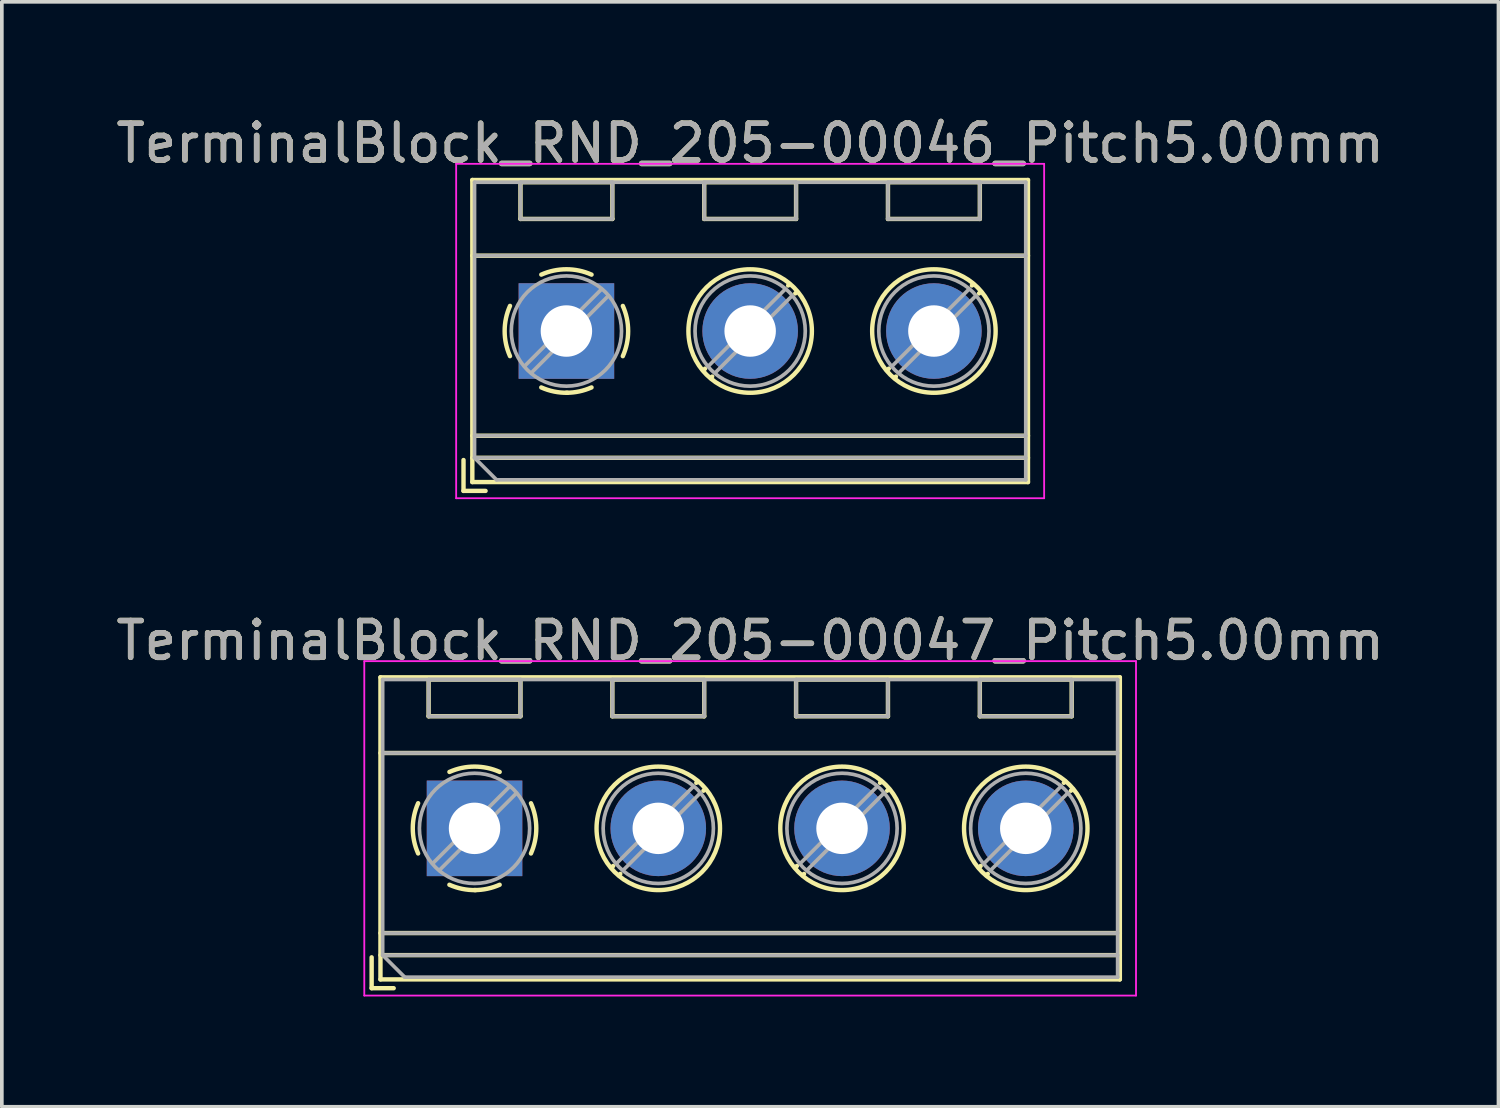
<source format=kicad_pcb>
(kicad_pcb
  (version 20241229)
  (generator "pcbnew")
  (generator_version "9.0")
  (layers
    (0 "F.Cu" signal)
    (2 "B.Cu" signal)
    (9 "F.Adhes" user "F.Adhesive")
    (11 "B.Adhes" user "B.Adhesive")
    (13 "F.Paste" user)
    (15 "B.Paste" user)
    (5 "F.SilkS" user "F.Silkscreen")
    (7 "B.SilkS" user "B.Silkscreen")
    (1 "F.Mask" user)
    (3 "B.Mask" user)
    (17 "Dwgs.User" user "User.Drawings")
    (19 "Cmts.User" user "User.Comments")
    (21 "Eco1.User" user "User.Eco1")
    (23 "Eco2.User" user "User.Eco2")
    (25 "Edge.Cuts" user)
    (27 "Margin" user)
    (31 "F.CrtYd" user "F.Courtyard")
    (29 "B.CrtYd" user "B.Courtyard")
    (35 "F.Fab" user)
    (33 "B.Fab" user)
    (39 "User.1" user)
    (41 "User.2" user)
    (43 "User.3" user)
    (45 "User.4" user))
  (footprint "TerminalBlock_RND_205-00047_Pitch5.00mm"
    (layer "F.Cu")
    (at 9.863 19.491)
    (property "Reference" "TerminalBlock_RND_205-00047_Pitch5.00mm" (at 7.5 -5.11 0) (layer "F.SilkS") (effects (font (size 1 1) (thickness 0.15))))
    (attr through_hole)
    (fp_line (start -2.8 3.51) (end -2.8 4.35) (stroke (width 0.12) (type solid)) (layer "F.SilkS"))
    (fp_line (start -2.8 4.35) (end -2.2 4.35) (stroke (width 0.12) (type solid)) (layer "F.SilkS"))
    (fp_line (start -2.56 -4.11) (end -2.56 4.11) (stroke (width 0.12) (type solid)) (layer "F.SilkS"))
    (fp_line (start -2.56 -2.05) (end 17.56 -2.05) (stroke (width 0.12) (type solid)) (layer "F.SilkS"))
    (fp_line (start -2.56 2.85) (end 17.56 2.85) (stroke (width 0.12) (type solid)) (layer "F.SilkS"))
    (fp_line (start -2.56 3.45) (end 17.56 3.45) (stroke (width 0.12) (type solid)) (layer "F.SilkS"))
    (fp_line (start -2.56 4.11) (end 17.56 4.11) (stroke (width 0.12) (type solid)) (layer "F.SilkS"))
    (fp_line (start -1.25 -4.05) (end -1.25 -3.05) (stroke (width 0.12) (type solid)) (layer "F.SilkS"))
    (fp_line (start -1.25 -4.05) (end 1.25 -4.05) (stroke (width 0.12) (type solid)) (layer "F.SilkS"))
    (fp_line (start -1.25 -3.05) (end 1.25 -3.05) (stroke (width 0.12) (type solid)) (layer "F.SilkS"))
    (fp_line (start 1.25 -4.05) (end 1.25 -3.05) (stroke (width 0.12) (type solid)) (layer "F.SilkS"))
    (fp_line (start 3.75 -4.05) (end 3.75 -3.05) (stroke (width 0.12) (type solid)) (layer "F.SilkS"))
    (fp_line (start 3.75 -4.05) (end 6.25 -4.05) (stroke (width 0.12) (type solid)) (layer "F.SilkS"))
    (fp_line (start 3.75 -3.05) (end 6.25 -3.05) (stroke (width 0.12) (type solid)) (layer "F.SilkS"))
    (fp_line (start 3.773 1.023) (end 3.726 1.069) (stroke (width 0.12) (type solid)) (layer "F.SilkS"))
    (fp_line (start 3.966 1.239) (end 3.931 1.274) (stroke (width 0.12) (type solid)) (layer "F.SilkS"))
    (fp_line (start 6.07 -1.275) (end 6.035 -1.239) (stroke (width 0.12) (type solid)) (layer "F.SilkS"))
    (fp_line (start 6.25 -4.05) (end 6.25 -3.05) (stroke (width 0.12) (type solid)) (layer "F.SilkS"))
    (fp_line (start 6.275 -1.069) (end 6.228 -1.023) (stroke (width 0.12) (type solid)) (layer "F.SilkS"))
    (fp_line (start 8.75 -4.05) (end 8.75 -3.05) (stroke (width 0.12) (type solid)) (layer "F.SilkS"))
    (fp_line (start 8.75 -4.05) (end 11.25 -4.05) (stroke (width 0.12) (type solid)) (layer "F.SilkS"))
    (fp_line (start 8.75 -3.05) (end 11.25 -3.05) (stroke (width 0.12) (type solid)) (layer "F.SilkS"))
    (fp_line (start 8.773 1.023) (end 8.726 1.069) (stroke (width 0.12) (type solid)) (layer "F.SilkS"))
    (fp_line (start 8.966 1.239) (end 8.931 1.274) (stroke (width 0.12) (type solid)) (layer "F.SilkS"))
    (fp_line (start 11.07 -1.275) (end 11.035 -1.239) (stroke (width 0.12) (type solid)) (layer "F.SilkS"))
    (fp_line (start 11.25 -4.05) (end 11.25 -3.05) (stroke (width 0.12) (type solid)) (layer "F.SilkS"))
    (fp_line (start 11.275 -1.069) (end 11.228 -1.023) (stroke (width 0.12) (type solid)) (layer "F.SilkS"))
    (fp_line (start 13.75 -4.05) (end 13.75 -3.05) (stroke (width 0.12) (type solid)) (layer "F.SilkS"))
    (fp_line (start 13.75 -4.05) (end 16.25 -4.05) (stroke (width 0.12) (type solid)) (layer "F.SilkS"))
    (fp_line (start 13.75 -3.05) (end 16.25 -3.05) (stroke (width 0.12) (type solid)) (layer "F.SilkS"))
    (fp_line (start 13.773 1.023) (end 13.726 1.069) (stroke (width 0.12) (type solid)) (layer "F.SilkS"))
    (fp_line (start 13.966 1.239) (end 13.931 1.274) (stroke (width 0.12) (type solid)) (layer "F.SilkS"))
    (fp_line (start 16.07 -1.275) (end 16.035 -1.239) (stroke (width 0.12) (type solid)) (layer "F.SilkS"))
    (fp_line (start 16.25 -4.05) (end 16.25 -3.05) (stroke (width 0.12) (type solid)) (layer "F.SilkS"))
    (fp_line (start 16.275 -1.069) (end 16.228 -1.023) (stroke (width 0.12) (type solid)) (layer "F.SilkS"))
    (fp_line (start 17.56 -4.11) (end -2.56 -4.11) (stroke (width 0.12) (type solid)) (layer "F.SilkS"))
    (fp_line (start 17.56 4.11) (end 17.56 -4.11) (stroke (width 0.12) (type solid)) (layer "F.SilkS"))
    (fp_arc (start -1.535427 0.683042) (mid -1.680501 -0.000524) (end -1.535 -0.684) (stroke (width 0.12) (type solid)) (layer "F.SilkS"))
    (fp_arc (start -0.683042 -1.535427) (mid 0.000524 -1.680501) (end 0.684 -1.535) (stroke (width 0.12) (type solid)) (layer "F.SilkS"))
    (fp_arc (start 0.028805 1.680253) (mid -0.335551 1.646659) (end -0.684 1.535) (stroke (width 0.12) (type solid)) (layer "F.SilkS"))
    (fp_arc (start 0.683318 1.534756) (mid 0.349292 1.643288) (end 0 1.68) (stroke (width 0.12) (type solid)) (layer "F.SilkS"))
    (fp_arc (start 1.535427 -0.683042) (mid 1.680501 0.000524) (end 1.535 0.684) (stroke (width 0.12) (type solid)) (layer "F.SilkS"))
    (fp_circle (center 5 0) (end 6.68 0) (stroke (width 0.12) (type solid)) (fill no) (layer "F.SilkS"))
    (fp_circle (center 10 0) (end 11.68 0) (stroke (width 0.12) (type solid)) (fill no) (layer "F.SilkS"))
    (fp_circle (center 15 0) (end 16.68 0) (stroke (width 0.12) (type solid)) (fill no) (layer "F.SilkS"))
    (fp_line (start -3 -4.55) (end -3 4.55) (stroke (width 0.05) (type solid)) (layer "F.CrtYd"))
    (fp_line (start -3 4.55) (end 18 4.55) (stroke (width 0.05) (type solid)) (layer "F.CrtYd"))
    (fp_line (start 18 -4.55) (end -3 -4.55) (stroke (width 0.05) (type solid)) (layer "F.CrtYd"))
    (fp_line (start 18 4.55) (end 18 -4.55) (stroke (width 0.05) (type solid)) (layer "F.CrtYd"))
    (fp_line (start -2.5 -4.05) (end 17.5 -4.05) (stroke (width 0.1) (type solid)) (layer "F.Fab"))
    (fp_line (start -2.5 -2.05) (end 17.5 -2.05) (stroke (width 0.1) (type solid)) (layer "F.Fab"))
    (fp_line (start -2.5 2.85) (end 17.5 2.85) (stroke (width 0.1) (type solid)) (layer "F.Fab"))
    (fp_line (start -2.5 3.45) (end -2.5 -4.05) (stroke (width 0.1) (type solid)) (layer "F.Fab"))
    (fp_line (start -2.5 3.45) (end 17.5 3.45) (stroke (width 0.1) (type solid)) (layer "F.Fab"))
    (fp_line (start -1.9 4.05) (end -2.5 3.45) (stroke (width 0.1) (type solid)) (layer "F.Fab"))
    (fp_line (start -1.25 -4.05) (end -1.25 -3.05) (stroke (width 0.1) (type solid)) (layer "F.Fab"))
    (fp_line (start -1.25 -3.05) (end 1.25 -3.05) (stroke (width 0.1) (type solid)) (layer "F.Fab"))
    (fp_line (start 0.955 -1.138) (end -1.138 0.955) (stroke (width 0.1) (type solid)) (layer "F.Fab"))
    (fp_line (start 1.138 -0.955) (end -0.955 1.138) (stroke (width 0.1) (type solid)) (layer "F.Fab"))
    (fp_line (start 1.25 -4.05) (end -1.25 -4.05) (stroke (width 0.1) (type solid)) (layer "F.Fab"))
    (fp_line (start 1.25 -3.05) (end 1.25 -4.05) (stroke (width 0.1) (type solid)) (layer "F.Fab"))
    (fp_line (start 3.75 -4.05) (end 3.75 -3.05) (stroke (width 0.1) (type solid)) (layer "F.Fab"))
    (fp_line (start 3.75 -3.05) (end 6.25 -3.05) (stroke (width 0.1) (type solid)) (layer "F.Fab"))
    (fp_line (start 5.955 -1.138) (end 3.863 0.955) (stroke (width 0.1) (type solid)) (layer "F.Fab"))
    (fp_line (start 6.138 -0.955) (end 4.046 1.138) (stroke (width 0.1) (type solid)) (layer "F.Fab"))
    (fp_line (start 6.25 -4.05) (end 3.75 -4.05) (stroke (width 0.1) (type solid)) (layer "F.Fab"))
    (fp_line (start 6.25 -3.05) (end 6.25 -4.05) (stroke (width 0.1) (type solid)) (layer "F.Fab"))
    (fp_line (start 8.75 -4.05) (end 8.75 -3.05) (stroke (width 0.1) (type solid)) (layer "F.Fab"))
    (fp_line (start 8.75 -3.05) (end 11.25 -3.05) (stroke (width 0.1) (type solid)) (layer "F.Fab"))
    (fp_line (start 10.955 -1.138) (end 8.863 0.955) (stroke (width 0.1) (type solid)) (layer "F.Fab"))
    (fp_line (start 11.138 -0.955) (end 9.046 1.138) (stroke (width 0.1) (type solid)) (layer "F.Fab"))
    (fp_line (start 11.25 -4.05) (end 8.75 -4.05) (stroke (width 0.1) (type solid)) (layer "F.Fab"))
    (fp_line (start 11.25 -3.05) (end 11.25 -4.05) (stroke (width 0.1) (type solid)) (layer "F.Fab"))
    (fp_line (start 13.75 -4.05) (end 13.75 -3.05) (stroke (width 0.1) (type solid)) (layer "F.Fab"))
    (fp_line (start 13.75 -3.05) (end 16.25 -3.05) (stroke (width 0.1) (type solid)) (layer "F.Fab"))
    (fp_line (start 15.955 -1.138) (end 13.863 0.955) (stroke (width 0.1) (type solid)) (layer "F.Fab"))
    (fp_line (start 16.138 -0.955) (end 14.046 1.138) (stroke (width 0.1) (type solid)) (layer "F.Fab"))
    (fp_line (start 16.25 -4.05) (end 13.75 -4.05) (stroke (width 0.1) (type solid)) (layer "F.Fab"))
    (fp_line (start 16.25 -3.05) (end 16.25 -4.05) (stroke (width 0.1) (type solid)) (layer "F.Fab"))
    (fp_line (start 17.5 -4.05) (end 17.5 4.05) (stroke (width 0.1) (type solid)) (layer "F.Fab"))
    (fp_line (start 17.5 4.05) (end -1.9 4.05) (stroke (width 0.1) (type solid)) (layer "F.Fab"))
    (fp_circle (center 0 0) (end 1.5 0) (stroke (width 0.1) (type solid)) (fill no) (layer "F.Fab"))
    (fp_circle (center 5 0) (end 6.5 0) (stroke (width 0.1) (type solid)) (fill no) (layer "F.Fab"))
    (fp_circle (center 10 0) (end 11.5 0) (stroke (width 0.1) (type solid)) (fill no) (layer "F.Fab"))
    (fp_circle (center 15 0) (end 16.5 0) (stroke (width 0.1) (type solid)) (fill no) (layer "F.Fab"))
    (fp_text user "${REFERENCE}" (at 7.5 -5.11 0) (layer "F.Fab") (effects (font (size 1 1) (thickness 0.15))))
    (pad "1" thru_hole rect (at 0 0) (size 2.6 2.6) (drill 1.4) (layers "*.Cu" "*.Mask"))
    (pad "2" thru_hole circle (at 5 0) (size 2.6 2.6) (drill 1.4) (layers "*.Cu" "*.Mask"))
    (pad "3" thru_hole circle (at 10 0) (size 2.6 2.6) (drill 1.4) (layers "*.Cu" "*.Mask"))
    (pad "4" thru_hole circle (at 15 0) (size 2.6 2.6) (drill 1.4) (layers "*.Cu" "*.Mask")))
  (footprint "TerminalBlock_RND_205-00046_Pitch5.00mm"
    (layer "F.Cu")
    (at 12.363 5.958)
    (property "Reference" "TerminalBlock_RND_205-00046_Pitch5.00mm" (at 5 -5.11 0) (layer "F.SilkS") (effects (font (size 1 1) (thickness 0.15))))
    (attr through_hole)
    (fp_line (start -2.8 3.51) (end -2.8 4.35) (stroke (width 0.12) (type solid)) (layer "F.SilkS"))
    (fp_line (start -2.8 4.35) (end -2.2 4.35) (stroke (width 0.12) (type solid)) (layer "F.SilkS"))
    (fp_line (start -2.56 -4.11) (end -2.56 4.11) (stroke (width 0.12) (type solid)) (layer "F.SilkS"))
    (fp_line (start -2.56 -2.05) (end 12.56 -2.05) (stroke (width 0.12) (type solid)) (layer "F.SilkS"))
    (fp_line (start -2.56 2.85) (end 12.56 2.85) (stroke (width 0.12) (type solid)) (layer "F.SilkS"))
    (fp_line (start -2.56 3.45) (end 12.56 3.45) (stroke (width 0.12) (type solid)) (layer "F.SilkS"))
    (fp_line (start -2.56 4.11) (end 12.56 4.11) (stroke (width 0.12) (type solid)) (layer "F.SilkS"))
    (fp_line (start -1.25 -4.05) (end -1.25 -3.05) (stroke (width 0.12) (type solid)) (layer "F.SilkS"))
    (fp_line (start -1.25 -4.05) (end 1.25 -4.05) (stroke (width 0.12) (type solid)) (layer "F.SilkS"))
    (fp_line (start -1.25 -3.05) (end 1.25 -3.05) (stroke (width 0.12) (type solid)) (layer "F.SilkS"))
    (fp_line (start 1.25 -4.05) (end 1.25 -3.05) (stroke (width 0.12) (type solid)) (layer "F.SilkS"))
    (fp_line (start 3.75 -4.05) (end 3.75 -3.05) (stroke (width 0.12) (type solid)) (layer "F.SilkS"))
    (fp_line (start 3.75 -4.05) (end 6.25 -4.05) (stroke (width 0.12) (type solid)) (layer "F.SilkS"))
    (fp_line (start 3.75 -3.05) (end 6.25 -3.05) (stroke (width 0.12) (type solid)) (layer "F.SilkS"))
    (fp_line (start 3.773 1.023) (end 3.726 1.069) (stroke (width 0.12) (type solid)) (layer "F.SilkS"))
    (fp_line (start 3.966 1.239) (end 3.931 1.274) (stroke (width 0.12) (type solid)) (layer "F.SilkS"))
    (fp_line (start 6.07 -1.275) (end 6.035 -1.239) (stroke (width 0.12) (type solid)) (layer "F.SilkS"))
    (fp_line (start 6.25 -4.05) (end 6.25 -3.05) (stroke (width 0.12) (type solid)) (layer "F.SilkS"))
    (fp_line (start 6.275 -1.069) (end 6.228 -1.023) (stroke (width 0.12) (type solid)) (layer "F.SilkS"))
    (fp_line (start 8.75 -4.05) (end 8.75 -3.05) (stroke (width 0.12) (type solid)) (layer "F.SilkS"))
    (fp_line (start 8.75 -4.05) (end 11.25 -4.05) (stroke (width 0.12) (type solid)) (layer "F.SilkS"))
    (fp_line (start 8.75 -3.05) (end 11.25 -3.05) (stroke (width 0.12) (type solid)) (layer "F.SilkS"))
    (fp_line (start 8.773 1.023) (end 8.726 1.069) (stroke (width 0.12) (type solid)) (layer "F.SilkS"))
    (fp_line (start 8.966 1.239) (end 8.931 1.274) (stroke (width 0.12) (type solid)) (layer "F.SilkS"))
    (fp_line (start 11.07 -1.275) (end 11.035 -1.239) (stroke (width 0.12) (type solid)) (layer "F.SilkS"))
    (fp_line (start 11.25 -4.05) (end 11.25 -3.05) (stroke (width 0.12) (type solid)) (layer "F.SilkS"))
    (fp_line (start 11.275 -1.069) (end 11.228 -1.023) (stroke (width 0.12) (type solid)) (layer "F.SilkS"))
    (fp_line (start 12.56 -4.11) (end -2.56 -4.11) (stroke (width 0.12) (type solid)) (layer "F.SilkS"))
    (fp_line (start 12.56 4.11) (end 12.56 -4.11) (stroke (width 0.12) (type solid)) (layer "F.SilkS"))
    (fp_arc (start -1.535427 0.683042) (mid -1.680501 -0.000524) (end -1.535 -0.684) (stroke (width 0.12) (type solid)) (layer "F.SilkS"))
    (fp_arc (start -0.683042 -1.535427) (mid 0.000524 -1.680501) (end 0.684 -1.535) (stroke (width 0.12) (type solid)) (layer "F.SilkS"))
    (fp_arc (start 0.028805 1.680253) (mid -0.335551 1.646659) (end -0.684 1.535) (stroke (width 0.12) (type solid)) (layer "F.SilkS"))
    (fp_arc (start 0.683318 1.534756) (mid 0.349292 1.643288) (end 0 1.68) (stroke (width 0.12) (type solid)) (layer "F.SilkS"))
    (fp_arc (start 1.535427 -0.683042) (mid 1.680501 0.000524) (end 1.535 0.684) (stroke (width 0.12) (type solid)) (layer "F.SilkS"))
    (fp_circle (center 5 0) (end 6.68 0) (stroke (width 0.12) (type solid)) (fill no) (layer "F.SilkS"))
    (fp_circle (center 10 0) (end 11.68 0) (stroke (width 0.12) (type solid)) (fill no) (layer "F.SilkS"))
    (fp_line (start -3 -4.55) (end -3 4.55) (stroke (width 0.05) (type solid)) (layer "F.CrtYd"))
    (fp_line (start -3 4.55) (end 13 4.55) (stroke (width 0.05) (type solid)) (layer "F.CrtYd"))
    (fp_line (start 13 -4.55) (end -3 -4.55) (stroke (width 0.05) (type solid)) (layer "F.CrtYd"))
    (fp_line (start 13 4.55) (end 13 -4.55) (stroke (width 0.05) (type solid)) (layer "F.CrtYd"))
    (fp_line (start -2.5 -4.05) (end 12.5 -4.05) (stroke (width 0.1) (type solid)) (layer "F.Fab"))
    (fp_line (start -2.5 -2.05) (end 12.5 -2.05) (stroke (width 0.1) (type solid)) (layer "F.Fab"))
    (fp_line (start -2.5 2.85) (end 12.5 2.85) (stroke (width 0.1) (type solid)) (layer "F.Fab"))
    (fp_line (start -2.5 3.45) (end -2.5 -4.05) (stroke (width 0.1) (type solid)) (layer "F.Fab"))
    (fp_line (start -2.5 3.45) (end 12.5 3.45) (stroke (width 0.1) (type solid)) (layer "F.Fab"))
    (fp_line (start -1.9 4.05) (end -2.5 3.45) (stroke (width 0.1) (type solid)) (layer "F.Fab"))
    (fp_line (start -1.25 -4.05) (end -1.25 -3.05) (stroke (width 0.1) (type solid)) (layer "F.Fab"))
    (fp_line (start -1.25 -3.05) (end 1.25 -3.05) (stroke (width 0.1) (type solid)) (layer "F.Fab"))
    (fp_line (start 0.955 -1.138) (end -1.138 0.955) (stroke (width 0.1) (type solid)) (layer "F.Fab"))
    (fp_line (start 1.138 -0.955) (end -0.955 1.138) (stroke (width 0.1) (type solid)) (layer "F.Fab"))
    (fp_line (start 1.25 -4.05) (end -1.25 -4.05) (stroke (width 0.1) (type solid)) (layer "F.Fab"))
    (fp_line (start 1.25 -3.05) (end 1.25 -4.05) (stroke (width 0.1) (type solid)) (layer "F.Fab"))
    (fp_line (start 3.75 -4.05) (end 3.75 -3.05) (stroke (width 0.1) (type solid)) (layer "F.Fab"))
    (fp_line (start 3.75 -3.05) (end 6.25 -3.05) (stroke (width 0.1) (type solid)) (layer "F.Fab"))
    (fp_line (start 5.955 -1.138) (end 3.863 0.955) (stroke (width 0.1) (type solid)) (layer "F.Fab"))
    (fp_line (start 6.138 -0.955) (end 4.046 1.138) (stroke (width 0.1) (type solid)) (layer "F.Fab"))
    (fp_line (start 6.25 -4.05) (end 3.75 -4.05) (stroke (width 0.1) (type solid)) (layer "F.Fab"))
    (fp_line (start 6.25 -3.05) (end 6.25 -4.05) (stroke (width 0.1) (type solid)) (layer "F.Fab"))
    (fp_line (start 8.75 -4.05) (end 8.75 -3.05) (stroke (width 0.1) (type solid)) (layer "F.Fab"))
    (fp_line (start 8.75 -3.05) (end 11.25 -3.05) (stroke (width 0.1) (type solid)) (layer "F.Fab"))
    (fp_line (start 10.955 -1.138) (end 8.863 0.955) (stroke (width 0.1) (type solid)) (layer "F.Fab"))
    (fp_line (start 11.138 -0.955) (end 9.046 1.138) (stroke (width 0.1) (type solid)) (layer "F.Fab"))
    (fp_line (start 11.25 -4.05) (end 8.75 -4.05) (stroke (width 0.1) (type solid)) (layer "F.Fab"))
    (fp_line (start 11.25 -3.05) (end 11.25 -4.05) (stroke (width 0.1) (type solid)) (layer "F.Fab"))
    (fp_line (start 12.5 -4.05) (end 12.5 4.05) (stroke (width 0.1) (type solid)) (layer "F.Fab"))
    (fp_line (start 12.5 4.05) (end -1.9 4.05) (stroke (width 0.1) (type solid)) (layer "F.Fab"))
    (fp_circle (center 0 0) (end 1.5 0) (stroke (width 0.1) (type solid)) (fill no) (layer "F.Fab"))
    (fp_circle (center 5 0) (end 6.5 0) (stroke (width 0.1) (type solid)) (fill no) (layer "F.Fab"))
    (fp_circle (center 10 0) (end 11.5 0) (stroke (width 0.1) (type solid)) (fill no) (layer "F.Fab"))
    (fp_text user "${REFERENCE}" (at 5 -5.11 0) (layer "F.Fab") (effects (font (size 1 1) (thickness 0.15))))
    (pad "1" thru_hole rect (at 0 0) (size 2.6 2.6) (drill 1.4) (layers "*.Cu" "*.Mask"))
    (pad "2" thru_hole circle (at 5 0) (size 2.6 2.6) (drill 1.4) (layers "*.Cu" "*.Mask"))
    (pad "3" thru_hole circle (at 10 0) (size 2.6 2.6) (drill 1.4) (layers "*.Cu" "*.Mask")))
  (gr_rect
    (start -3 -3)
    (end 37.726 27.067)
    (stroke (width 0.1) (type default))
    (fill no)
    (layer "Edge.Cuts")))
</source>
